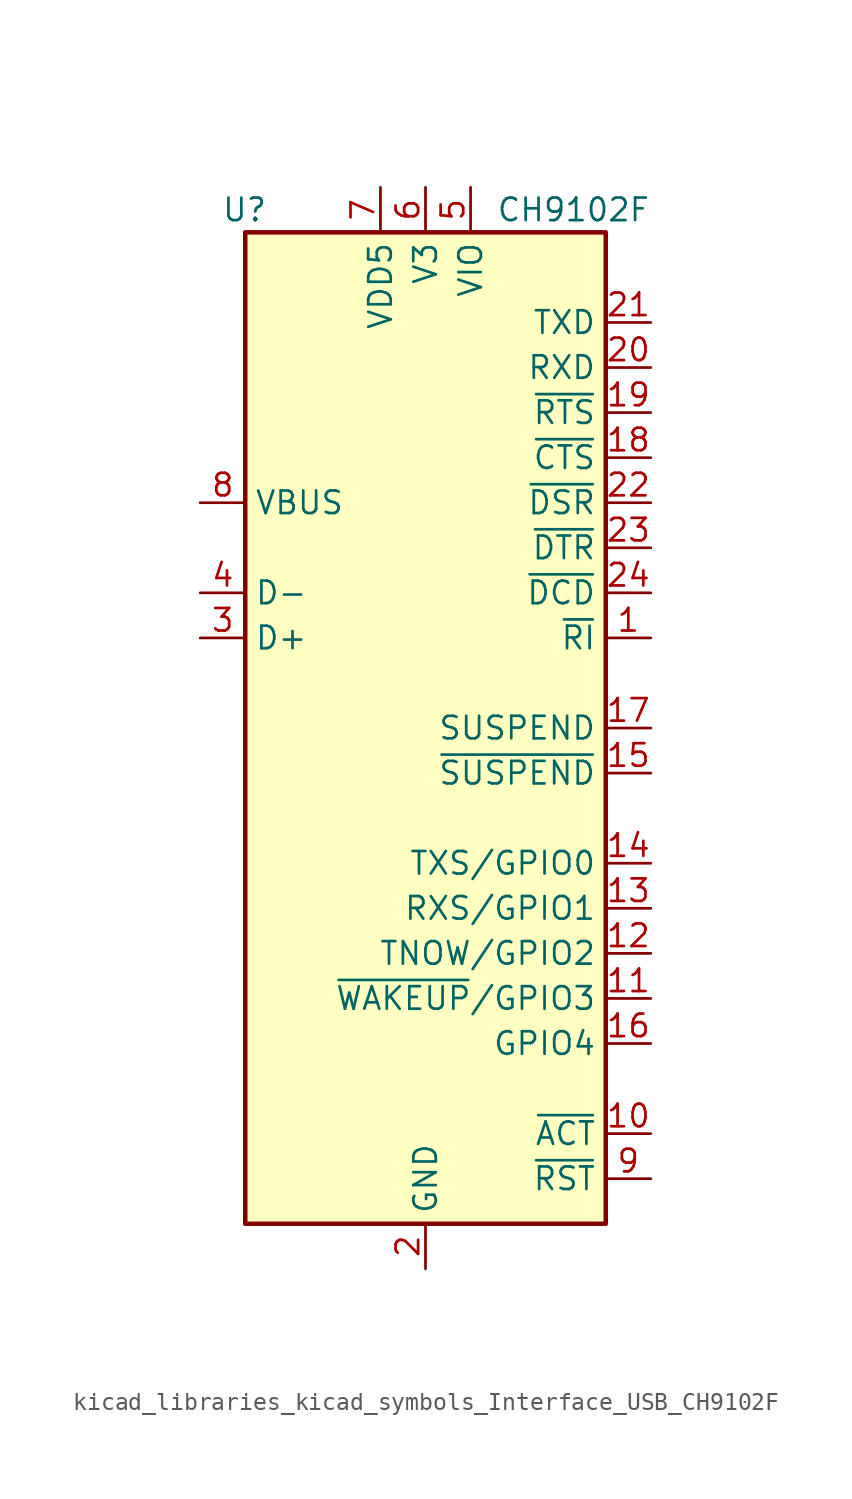
<source format=kicad_sym>
(kicad_symbol_lib
  (version 20220914)
  (generator kicad_symbol_editor)
  (symbol "kicad_libraries_kicad_symbols_Interface_USB_CH9102F"
    (property "Reference" "U"
      (at -8.89 29.21 0)
      (effects (font (size 1.27 1.27)) (justify right)))
    (property "Value" "CH9102F"
      (at 12.7 29.21 0)
      (effects (font (size 1.27 1.27)) (justify right)))
    (symbol "kicad_libraries_kicad_symbols_Interface_USB_CH9102F_1_1"
      (rectangle (start -10.16 27.94) (end 10.16 -27.94) (stroke (width 0.254) (type default)) (fill (type background)))
      (pin input line (at 12.7 5.08 180) (length 2.54) (name "~{RI}" (effects (font (size 1.27 1.27)))) (number "1" (effects (font (size 1.27 1.27)))))
      (pin output line (at 12.7 -22.86 180) (length 2.54) (name "~{ACT}" (effects (font (size 1.27 1.27)))) (number "10" (effects (font (size 1.27 1.27)))))
      (pin bidirectional line (at 12.7 -15.24 180) (length 2.54) (name "~{WAKEUP}/GPIO3" (effects (font (size 1.27 1.27)))) (number "11" (effects (font (size 1.27 1.27)))))
      (pin bidirectional line (at 12.7 -12.7 180) (length 2.54) (name "TNOW/GPIO2" (effects (font (size 1.27 1.27)))) (number "12" (effects (font (size 1.27 1.27)))))
      (pin bidirectional line (at 12.7 -10.16 180) (length 2.54) (name "RXS/GPIO1" (effects (font (size 1.27 1.27)))) (number "13" (effects (font (size 1.27 1.27)))))
      (pin bidirectional line (at 12.7 -7.62 180) (length 2.54) (name "TXS/GPIO0" (effects (font (size 1.27 1.27)))) (number "14" (effects (font (size 1.27 1.27)))))
      (pin output line (at 12.7 -2.54 180) (length 2.54) (name "~{SUSPEND}" (effects (font (size 1.27 1.27)))) (number "15" (effects (font (size 1.27 1.27)))))
      (pin bidirectional line (at 12.7 -17.78 180) (length 2.54) (name "GPIO4" (effects (font (size 1.27 1.27)))) (number "16" (effects (font (size 1.27 1.27)))))
      (pin output line (at 12.7 0 180) (length 2.54) (name "SUSPEND" (effects (font (size 1.27 1.27)))) (number "17" (effects (font (size 1.27 1.27)))))
      (pin input line (at 12.7 15.24 180) (length 2.54) (name "~{CTS}" (effects (font (size 1.27 1.27)))) (number "18" (effects (font (size 1.27 1.27)))))
      (pin output line (at 12.7 17.78 180) (length 2.54) (name "~{RTS}" (effects (font (size 1.27 1.27)))) (number "19" (effects (font (size 1.27 1.27)))))
      (pin power_in line (at 0 -30.48 90) (length 2.54) (name "GND" (effects (font (size 1.27 1.27)))) (number "2" (effects (font (size 1.27 1.27)))))
      (pin input line (at 12.7 20.32 180) (length 2.54) (name "RXD" (effects (font (size 1.27 1.27)))) (number "20" (effects (font (size 1.27 1.27)))))
      (pin output line (at 12.7 22.86 180) (length 2.54) (name "TXD" (effects (font (size 1.27 1.27)))) (number "21" (effects (font (size 1.27 1.27)))))
      (pin input line (at 12.7 12.7 180) (length 2.54) (name "~{DSR}" (effects (font (size 1.27 1.27)))) (number "22" (effects (font (size 1.27 1.27)))))
      (pin output line (at 12.7 10.16 180) (length 2.54) (name "~{DTR}" (effects (font (size 1.27 1.27)))) (number "23" (effects (font (size 1.27 1.27)))))
      (pin input line (at 12.7 7.62 180) (length 2.54) (name "~{DCD}" (effects (font (size 1.27 1.27)))) (number "24" (effects (font (size 1.27 1.27)))))
      (pin passive line (at 0 -30.48 90) (length 2.54) hide (name "GND" (effects (font (size 1.27 1.27)))) (number "25" (effects (font (size 1.27 1.27)))))
      (pin bidirectional line (at -12.7 5.08 0) (length 2.54) (name "D+" (effects (font (size 1.27 1.27)))) (number "3" (effects (font (size 1.27 1.27)))))
      (pin bidirectional line (at -12.7 7.62 0) (length 2.54) (name "D-" (effects (font (size 1.27 1.27)))) (number "4" (effects (font (size 1.27 1.27)))))
      (pin power_in line (at 2.54 30.48 270) (length 2.54) (name "VIO" (effects (font (size 1.27 1.27)))) (number "5" (effects (font (size 1.27 1.27)))))
      (pin power_out line (at 0 30.48 270) (length 2.54) (name "V3" (effects (font (size 1.27 1.27)))) (number "6" (effects (font (size 1.27 1.27)))))
      (pin power_in line (at -2.54 30.48 270) (length 2.54) (name "VDD5" (effects (font (size 1.27 1.27)))) (number "7" (effects (font (size 1.27 1.27)))))
      (pin input line (at -12.7 12.7 0) (length 2.54) (name "VBUS" (effects (font (size 1.27 1.27)))) (number "8" (effects (font (size 1.27 1.27)))))
      (pin input line (at 12.7 -25.4 180) (length 2.54) (name "~{RST}" (effects (font (size 1.27 1.27)))) (number "9" (effects (font (size 1.27 1.27))))))))
</source>
